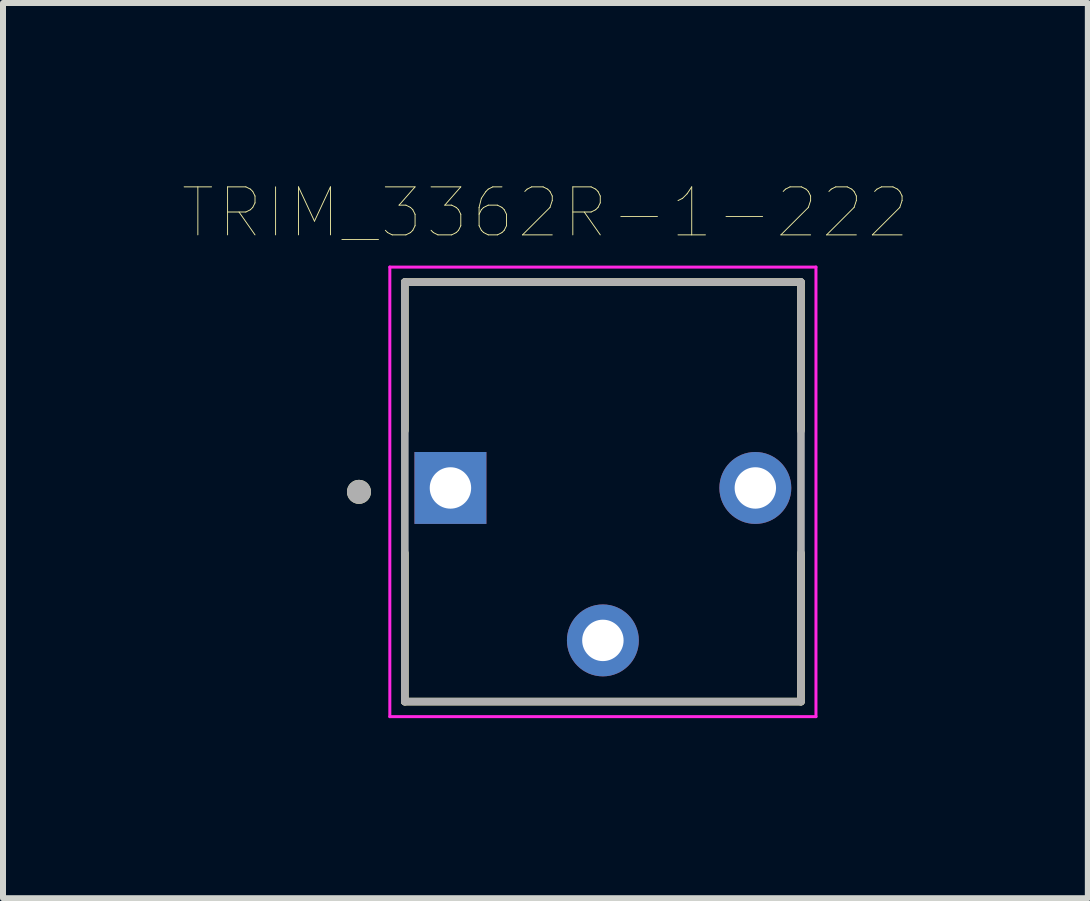
<source format=kicad_pcb>
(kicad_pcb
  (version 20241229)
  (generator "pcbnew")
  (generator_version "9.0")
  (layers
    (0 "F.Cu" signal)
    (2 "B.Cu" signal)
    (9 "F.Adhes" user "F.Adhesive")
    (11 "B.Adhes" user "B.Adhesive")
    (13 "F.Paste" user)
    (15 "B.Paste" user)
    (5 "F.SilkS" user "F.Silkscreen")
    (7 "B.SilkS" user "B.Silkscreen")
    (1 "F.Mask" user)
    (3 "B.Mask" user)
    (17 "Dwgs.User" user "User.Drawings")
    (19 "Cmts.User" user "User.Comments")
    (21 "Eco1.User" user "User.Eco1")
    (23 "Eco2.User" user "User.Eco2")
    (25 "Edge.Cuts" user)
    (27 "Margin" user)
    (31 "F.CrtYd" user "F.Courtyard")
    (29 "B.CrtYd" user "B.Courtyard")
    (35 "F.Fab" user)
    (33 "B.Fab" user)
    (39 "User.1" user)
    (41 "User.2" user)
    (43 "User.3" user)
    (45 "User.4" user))
  (footprint "TRIM_3362R-1-222"
    (layer "F.Cu")
    (at 6.995 5.145)
    (property "Reference" "TRIM_3362R-1-222" (at -0.958 -4.651 0) (layer "F.SilkS") (effects (font (size 0.8 0.8) (thickness 0.015))))
    (attr through_hole)
    (fp_line (start -3.3 -3.495) (end 3.3 -3.495) (stroke (width 0.127) (type solid)) (layer "F.SilkS"))
    (fp_line (start -3.3 -1.02) (end -3.3 -3.495) (stroke (width 0.127) (type solid)) (layer "F.SilkS"))
    (fp_line (start -3.3 3.495) (end -3.3 1.02) (stroke (width 0.127) (type solid)) (layer "F.SilkS"))
    (fp_line (start 3.3 -3.495) (end 3.3 -1.02) (stroke (width 0.127) (type solid)) (layer "F.SilkS"))
    (fp_line (start 3.3 1.02) (end 3.3 3.495) (stroke (width 0.127) (type solid)) (layer "F.SilkS"))
    (fp_line (start 3.3 3.495) (end -3.3 3.495) (stroke (width 0.127) (type solid)) (layer "F.SilkS"))
    (fp_circle (center -4.064 0) (end -3.964 0) (stroke (width 0.2) (type solid)) (fill no) (layer "F.SilkS"))
    (fp_line (start -3.55 -3.745) (end 3.55 -3.745) (stroke (width 0.05) (type solid)) (layer "F.CrtYd"))
    (fp_line (start -3.55 3.745) (end -3.55 -3.745) (stroke (width 0.05) (type solid)) (layer "F.CrtYd"))
    (fp_line (start 3.55 -3.745) (end 3.55 3.745) (stroke (width 0.05) (type solid)) (layer "F.CrtYd"))
    (fp_line (start 3.55 3.745) (end -3.55 3.745) (stroke (width 0.05) (type solid)) (layer "F.CrtYd"))
    (fp_line (start -3.3 -3.495) (end -3.3 3.495) (stroke (width 0.127) (type solid)) (layer "F.Fab"))
    (fp_line (start -3.3 3.495) (end 3.3 3.495) (stroke (width 0.127) (type solid)) (layer "F.Fab"))
    (fp_line (start 3.3 -3.495) (end -3.3 -3.495) (stroke (width 0.127) (type solid)) (layer "F.Fab"))
    (fp_line (start 3.3 3.495) (end 3.3 -3.495) (stroke (width 0.127) (type solid)) (layer "F.Fab"))
    (fp_circle (center -4.064 0) (end -3.964 0) (stroke (width 0.2) (type solid)) (fill no) (layer "F.Fab"))
    (pad "1" thru_hole rect (at -2.54 -0.065) (size 1.198 1.198) (drill 0.69) (layers "*.Cu" "*.Mask"))
    (pad "2" thru_hole circle (at 0 2.475) (size 1.198 1.198) (drill 0.69) (layers "*.Cu" "*.Mask"))
    (pad "3" thru_hole circle (at 2.54 -0.065) (size 1.198 1.198) (drill 0.69) (layers "*.Cu" "*.Mask")))
  (gr_rect
    (start -3 -3)
    (end 15.075 11.915)
    (stroke (width 0.1) (type default))
    (fill no)
    (layer "Edge.Cuts")))
</source>
